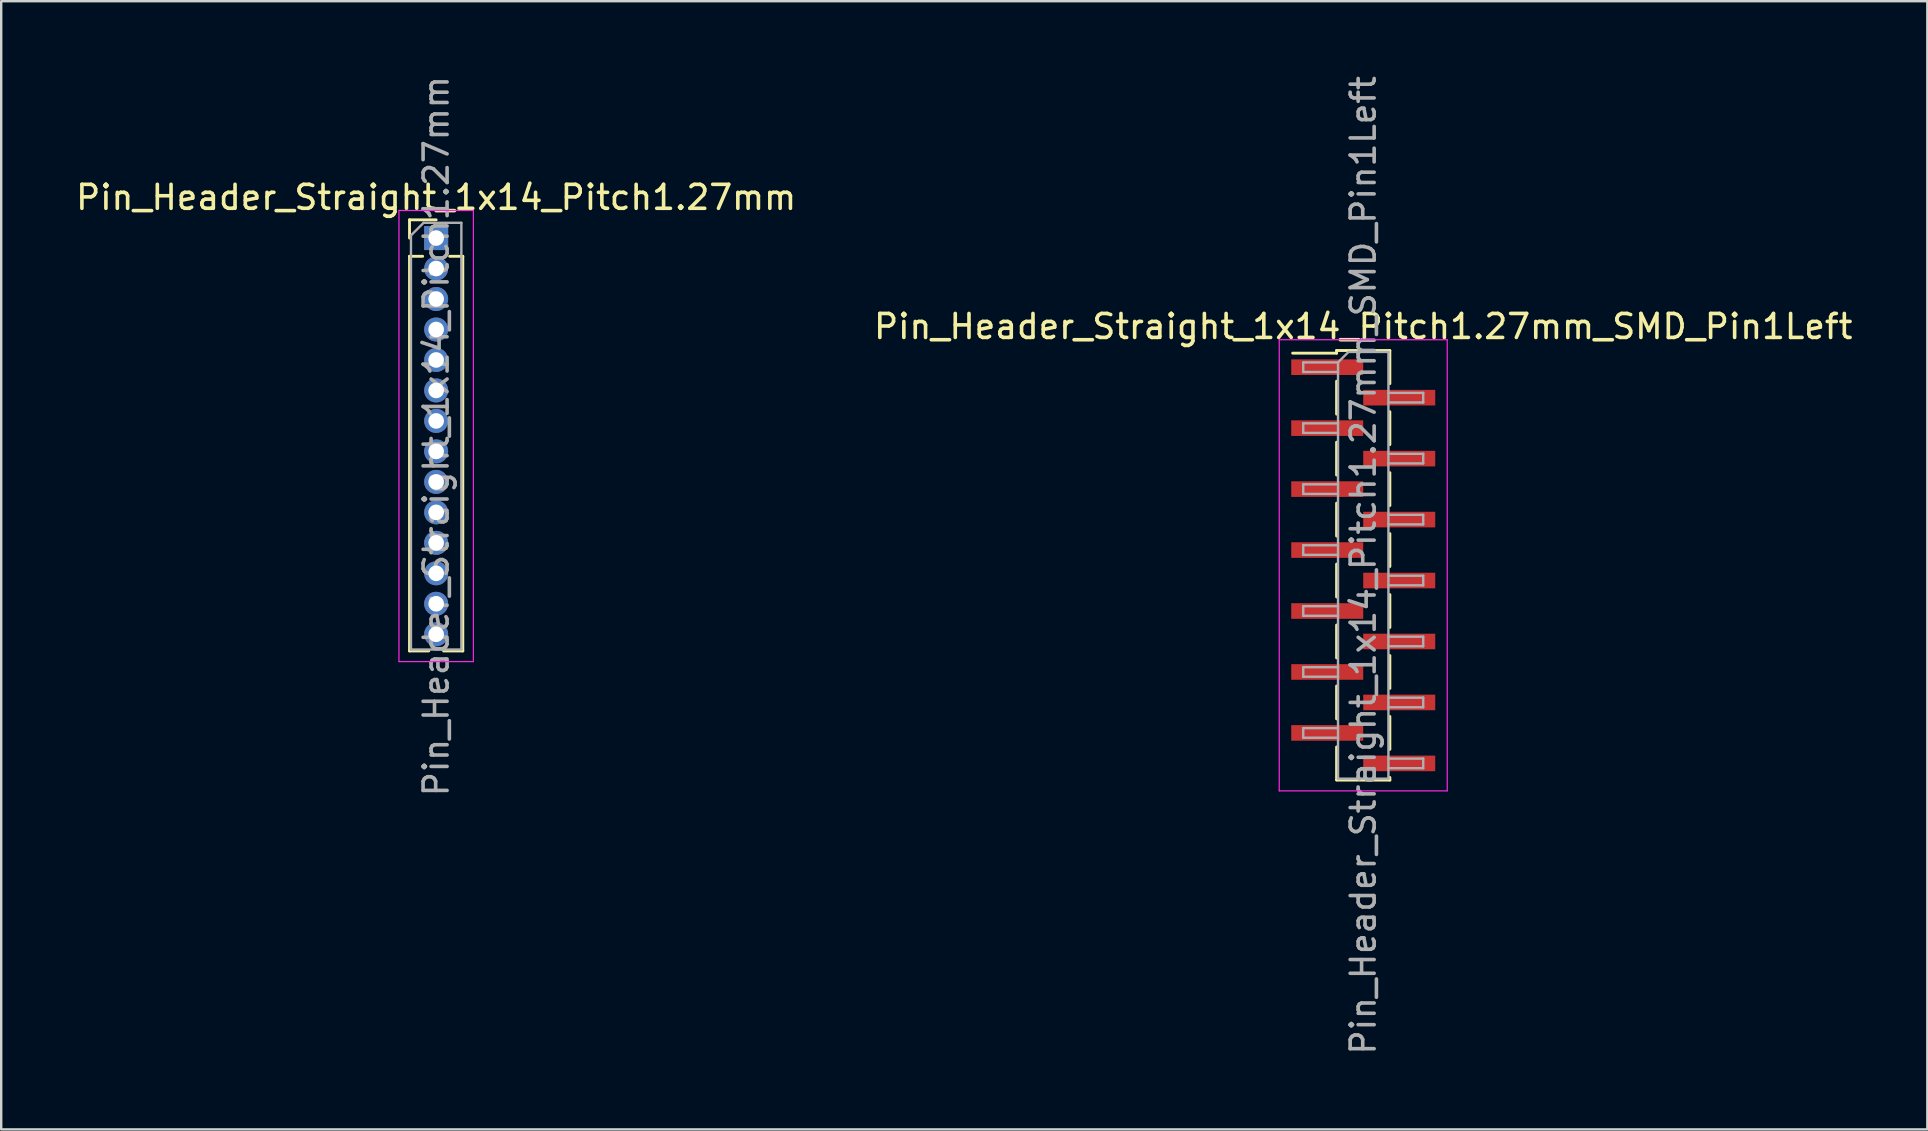
<source format=kicad_pcb>
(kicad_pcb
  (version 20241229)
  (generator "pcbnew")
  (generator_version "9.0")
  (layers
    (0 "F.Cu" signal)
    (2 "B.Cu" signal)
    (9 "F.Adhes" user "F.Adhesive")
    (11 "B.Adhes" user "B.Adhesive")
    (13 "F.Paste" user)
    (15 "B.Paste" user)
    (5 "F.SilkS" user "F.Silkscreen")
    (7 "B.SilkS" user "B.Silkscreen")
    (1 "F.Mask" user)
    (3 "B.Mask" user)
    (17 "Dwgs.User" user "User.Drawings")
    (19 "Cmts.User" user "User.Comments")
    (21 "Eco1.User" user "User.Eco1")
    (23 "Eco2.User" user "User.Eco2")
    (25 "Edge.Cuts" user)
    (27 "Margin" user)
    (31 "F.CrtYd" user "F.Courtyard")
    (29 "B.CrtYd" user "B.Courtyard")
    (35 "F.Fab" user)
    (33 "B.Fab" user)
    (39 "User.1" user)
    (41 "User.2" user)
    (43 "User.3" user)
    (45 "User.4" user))
  (footprint "Pin_Header_Straight_1x14_Pitch1.27mm_SMD_Pin1Left"
    (layer "F.Cu")
    (at 53.756 20.506)
    (property "Reference" "Pin_Header_Straight_1x14_Pitch1.27mm_SMD_Pin1Left" (at 0 -9.95 0) (layer "F.SilkS") (effects (font (size 1 1) (thickness 0.15))))
    (attr smd)
    (fp_line (start -1.11 -8.95) (end -1.11 -8.84) (stroke (width 0.12) (type solid)) (layer "F.SilkS"))
    (fp_line (start -1.11 -8.95) (end 1.11 -8.95) (stroke (width 0.12) (type solid)) (layer "F.SilkS"))
    (fp_line (start -1.11 -8.84) (end -2.94 -8.84) (stroke (width 0.12) (type solid)) (layer "F.SilkS"))
    (fp_line (start -1.11 -7.67) (end -1.11 -6.3) (stroke (width 0.12) (type solid)) (layer "F.SilkS"))
    (fp_line (start -1.11 -5.13) (end -1.11 -3.76) (stroke (width 0.12) (type solid)) (layer "F.SilkS"))
    (fp_line (start -1.11 -2.59) (end -1.11 -1.22) (stroke (width 0.12) (type solid)) (layer "F.SilkS"))
    (fp_line (start -1.11 -0.05) (end -1.11 1.32) (stroke (width 0.12) (type solid)) (layer "F.SilkS"))
    (fp_line (start -1.11 2.49) (end -1.11 3.86) (stroke (width 0.12) (type solid)) (layer "F.SilkS"))
    (fp_line (start -1.11 5.03) (end -1.11 6.4) (stroke (width 0.12) (type solid)) (layer "F.SilkS"))
    (fp_line (start -1.11 7.57) (end -1.11 8.94) (stroke (width 0.12) (type solid)) (layer "F.SilkS"))
    (fp_line (start -1.11 8.95) (end 1.11 8.95) (stroke (width 0.12) (type solid)) (layer "F.SilkS"))
    (fp_line (start 1.11 -8.94) (end 1.11 -7.57) (stroke (width 0.12) (type solid)) (layer "F.SilkS"))
    (fp_line (start 1.11 -6.4) (end 1.11 -5.03) (stroke (width 0.12) (type solid)) (layer "F.SilkS"))
    (fp_line (start 1.11 -3.86) (end 1.11 -2.49) (stroke (width 0.12) (type solid)) (layer "F.SilkS"))
    (fp_line (start 1.11 -1.32) (end 1.11 0.05) (stroke (width 0.12) (type solid)) (layer "F.SilkS"))
    (fp_line (start 1.11 1.22) (end 1.11 2.59) (stroke (width 0.12) (type solid)) (layer "F.SilkS"))
    (fp_line (start 1.11 3.76) (end 1.11 5.13) (stroke (width 0.12) (type solid)) (layer "F.SilkS"))
    (fp_line (start 1.11 6.3) (end 1.11 7.67) (stroke (width 0.12) (type solid)) (layer "F.SilkS"))
    (fp_line (start 1.11 8.84) (end 1.11 8.95) (stroke (width 0.12) (type solid)) (layer "F.SilkS"))
    (fp_line (start -3.5 -9.4) (end -3.5 9.4) (stroke (width 0.05) (type solid)) (layer "F.CrtYd"))
    (fp_line (start -3.5 9.4) (end 3.5 9.4) (stroke (width 0.05) (type solid)) (layer "F.CrtYd"))
    (fp_line (start 3.5 -9.4) (end -3.5 -9.4) (stroke (width 0.05) (type solid)) (layer "F.CrtYd"))
    (fp_line (start 3.5 9.4) (end 3.5 -9.4) (stroke (width 0.05) (type solid)) (layer "F.CrtYd"))
    (fp_line (start -2.5 -8.455) (end -2.5 -8.055) (stroke (width 0.1) (type solid)) (layer "F.Fab"))
    (fp_line (start -2.5 -8.055) (end -1.05 -8.055) (stroke (width 0.1) (type solid)) (layer "F.Fab"))
    (fp_line (start -2.5 -5.915) (end -2.5 -5.515) (stroke (width 0.1) (type solid)) (layer "F.Fab"))
    (fp_line (start -2.5 -5.515) (end -1.05 -5.515) (stroke (width 0.1) (type solid)) (layer "F.Fab"))
    (fp_line (start -2.5 -3.375) (end -2.5 -2.975) (stroke (width 0.1) (type solid)) (layer "F.Fab"))
    (fp_line (start -2.5 -2.975) (end -1.05 -2.975) (stroke (width 0.1) (type solid)) (layer "F.Fab"))
    (fp_line (start -2.5 -0.835) (end -2.5 -0.435) (stroke (width 0.1) (type solid)) (layer "F.Fab"))
    (fp_line (start -2.5 -0.435) (end -1.05 -0.435) (stroke (width 0.1) (type solid)) (layer "F.Fab"))
    (fp_line (start -2.5 1.705) (end -2.5 2.105) (stroke (width 0.1) (type solid)) (layer "F.Fab"))
    (fp_line (start -2.5 2.105) (end -1.05 2.105) (stroke (width 0.1) (type solid)) (layer "F.Fab"))
    (fp_line (start -2.5 4.245) (end -2.5 4.645) (stroke (width 0.1) (type solid)) (layer "F.Fab"))
    (fp_line (start -2.5 4.645) (end -1.05 4.645) (stroke (width 0.1) (type solid)) (layer "F.Fab"))
    (fp_line (start -2.5 6.785) (end -2.5 7.185) (stroke (width 0.1) (type solid)) (layer "F.Fab"))
    (fp_line (start -2.5 7.185) (end -1.05 7.185) (stroke (width 0.1) (type solid)) (layer "F.Fab"))
    (fp_line (start -1.05 -8.455) (end -2.5 -8.455) (stroke (width 0.1) (type solid)) (layer "F.Fab"))
    (fp_line (start -1.05 -8.455) (end -0.615 -8.89) (stroke (width 0.1) (type solid)) (layer "F.Fab"))
    (fp_line (start -1.05 -5.915) (end -2.5 -5.915) (stroke (width 0.1) (type solid)) (layer "F.Fab"))
    (fp_line (start -1.05 -3.375) (end -2.5 -3.375) (stroke (width 0.1) (type solid)) (layer "F.Fab"))
    (fp_line (start -1.05 -0.835) (end -2.5 -0.835) (stroke (width 0.1) (type solid)) (layer "F.Fab"))
    (fp_line (start -1.05 1.705) (end -2.5 1.705) (stroke (width 0.1) (type solid)) (layer "F.Fab"))
    (fp_line (start -1.05 4.245) (end -2.5 4.245) (stroke (width 0.1) (type solid)) (layer "F.Fab"))
    (fp_line (start -1.05 6.785) (end -2.5 6.785) (stroke (width 0.1) (type solid)) (layer "F.Fab"))
    (fp_line (start -1.05 8.89) (end -1.05 -8.455) (stroke (width 0.1) (type solid)) (layer "F.Fab"))
    (fp_line (start -0.615 -8.89) (end 1.05 -8.89) (stroke (width 0.1) (type solid)) (layer "F.Fab"))
    (fp_line (start 1.05 -8.89) (end 1.05 8.89) (stroke (width 0.1) (type solid)) (layer "F.Fab"))
    (fp_line (start 1.05 -7.185) (end 2.5 -7.185) (stroke (width 0.1) (type solid)) (layer "F.Fab"))
    (fp_line (start 1.05 -4.645) (end 2.5 -4.645) (stroke (width 0.1) (type solid)) (layer "F.Fab"))
    (fp_line (start 1.05 -2.105) (end 2.5 -2.105) (stroke (width 0.1) (type solid)) (layer "F.Fab"))
    (fp_line (start 1.05 0.435) (end 2.5 0.435) (stroke (width 0.1) (type solid)) (layer "F.Fab"))
    (fp_line (start 1.05 2.975) (end 2.5 2.975) (stroke (width 0.1) (type solid)) (layer "F.Fab"))
    (fp_line (start 1.05 5.515) (end 2.5 5.515) (stroke (width 0.1) (type solid)) (layer "F.Fab"))
    (fp_line (start 1.05 8.055) (end 2.5 8.055) (stroke (width 0.1) (type solid)) (layer "F.Fab"))
    (fp_line (start 1.05 8.89) (end -1.05 8.89) (stroke (width 0.1) (type solid)) (layer "F.Fab"))
    (fp_line (start 2.5 -7.185) (end 2.5 -6.785) (stroke (width 0.1) (type solid)) (layer "F.Fab"))
    (fp_line (start 2.5 -6.785) (end 1.05 -6.785) (stroke (width 0.1) (type solid)) (layer "F.Fab"))
    (fp_line (start 2.5 -4.645) (end 2.5 -4.245) (stroke (width 0.1) (type solid)) (layer "F.Fab"))
    (fp_line (start 2.5 -4.245) (end 1.05 -4.245) (stroke (width 0.1) (type solid)) (layer "F.Fab"))
    (fp_line (start 2.5 -2.105) (end 2.5 -1.705) (stroke (width 0.1) (type solid)) (layer "F.Fab"))
    (fp_line (start 2.5 -1.705) (end 1.05 -1.705) (stroke (width 0.1) (type solid)) (layer "F.Fab"))
    (fp_line (start 2.5 0.435) (end 2.5 0.835) (stroke (width 0.1) (type solid)) (layer "F.Fab"))
    (fp_line (start 2.5 0.835) (end 1.05 0.835) (stroke (width 0.1) (type solid)) (layer "F.Fab"))
    (fp_line (start 2.5 2.975) (end 2.5 3.375) (stroke (width 0.1) (type solid)) (layer "F.Fab"))
    (fp_line (start 2.5 3.375) (end 1.05 3.375) (stroke (width 0.1) (type solid)) (layer "F.Fab"))
    (fp_line (start 2.5 5.515) (end 2.5 5.915) (stroke (width 0.1) (type solid)) (layer "F.Fab"))
    (fp_line (start 2.5 5.915) (end 1.05 5.915) (stroke (width 0.1) (type solid)) (layer "F.Fab"))
    (fp_line (start 2.5 8.055) (end 2.5 8.455) (stroke (width 0.1) (type solid)) (layer "F.Fab"))
    (fp_line (start 2.5 8.455) (end 1.05 8.455) (stroke (width 0.1) (type solid)) (layer "F.Fab"))
    (fp_text user "${REFERENCE}" (at 0 0 90) (layer "F.Fab") (effects (font (size 1 1) (thickness 0.15))))
    (pad "1" smd rect (at -1.5 -8.255) (size 3 0.65) (layers "F.Cu" "F.Mask" "F.Paste"))
    (pad "2" smd rect (at 1.5 -6.985) (size 3 0.65) (layers "F.Cu" "F.Mask" "F.Paste"))
    (pad "3" smd rect (at -1.5 -5.715) (size 3 0.65) (layers "F.Cu" "F.Mask" "F.Paste"))
    (pad "4" smd rect (at 1.5 -4.445) (size 3 0.65) (layers "F.Cu" "F.Mask" "F.Paste"))
    (pad "5" smd rect (at -1.5 -3.175) (size 3 0.65) (layers "F.Cu" "F.Mask" "F.Paste"))
    (pad "6" smd rect (at 1.5 -1.905) (size 3 0.65) (layers "F.Cu" "F.Mask" "F.Paste"))
    (pad "7" smd rect (at -1.5 -0.635) (size 3 0.65) (layers "F.Cu" "F.Mask" "F.Paste"))
    (pad "8" smd rect (at 1.5 0.635) (size 3 0.65) (layers "F.Cu" "F.Mask" "F.Paste"))
    (pad "9" smd rect (at -1.5 1.905) (size 3 0.65) (layers "F.Cu" "F.Mask" "F.Paste"))
    (pad "10" smd rect (at 1.5 3.175) (size 3 0.65) (layers "F.Cu" "F.Mask" "F.Paste"))
    (pad "11" smd rect (at -1.5 4.445) (size 3 0.65) (layers "F.Cu" "F.Mask" "F.Paste"))
    (pad "12" smd rect (at 1.5 5.715) (size 3 0.65) (layers "F.Cu" "F.Mask" "F.Paste"))
    (pad "13" smd rect (at -1.5 6.985) (size 3 0.65) (layers "F.Cu" "F.Mask" "F.Paste"))
    (pad "14" smd rect (at 1.5 8.255) (size 3 0.65) (layers "F.Cu" "F.Mask" "F.Paste")))
  (footprint "Pin_Header_Straight_1x14_Pitch1.27mm"
    (layer "F.Cu")
    (at 15.125 6.87)
    (property "Reference" "Pin_Header_Straight_1x14_Pitch1.27mm" (at 0 -1.695 0) (layer "F.SilkS") (effects (font (size 1 1) (thickness 0.15))))
    (attr through_hole)
    (fp_line (start -1.11 -0.76) (end 0 -0.76) (stroke (width 0.12) (type solid)) (layer "F.SilkS"))
    (fp_line (start -1.11 0) (end -1.11 -0.76) (stroke (width 0.12) (type solid)) (layer "F.SilkS"))
    (fp_line (start -1.11 0.76) (end -1.11 17.205) (stroke (width 0.12) (type solid)) (layer "F.SilkS"))
    (fp_line (start -1.11 0.76) (end -0.563 0.76) (stroke (width 0.12) (type solid)) (layer "F.SilkS"))
    (fp_line (start -1.11 17.205) (end -0.308 17.205) (stroke (width 0.12) (type solid)) (layer "F.SilkS"))
    (fp_line (start 0.308 17.205) (end 1.11 17.205) (stroke (width 0.12) (type solid)) (layer "F.SilkS"))
    (fp_line (start 0.563 0.76) (end 1.11 0.76) (stroke (width 0.12) (type solid)) (layer "F.SilkS"))
    (fp_line (start 1.11 0.76) (end 1.11 17.205) (stroke (width 0.12) (type solid)) (layer "F.SilkS"))
    (fp_line (start -1.55 -1.15) (end -1.55 17.65) (stroke (width 0.05) (type solid)) (layer "F.CrtYd"))
    (fp_line (start -1.55 17.65) (end 1.55 17.65) (stroke (width 0.05) (type solid)) (layer "F.CrtYd"))
    (fp_line (start 1.55 -1.15) (end -1.55 -1.15) (stroke (width 0.05) (type solid)) (layer "F.CrtYd"))
    (fp_line (start 1.55 17.65) (end 1.55 -1.15) (stroke (width 0.05) (type solid)) (layer "F.CrtYd"))
    (fp_line (start -1.05 -0.11) (end -0.525 -0.635) (stroke (width 0.1) (type solid)) (layer "F.Fab"))
    (fp_line (start -1.05 17.145) (end -1.05 -0.11) (stroke (width 0.1) (type solid)) (layer "F.Fab"))
    (fp_line (start -0.525 -0.635) (end 1.05 -0.635) (stroke (width 0.1) (type solid)) (layer "F.Fab"))
    (fp_line (start 1.05 -0.635) (end 1.05 17.145) (stroke (width 0.1) (type solid)) (layer "F.Fab"))
    (fp_line (start 1.05 17.145) (end -1.05 17.145) (stroke (width 0.1) (type solid)) (layer "F.Fab"))
    (fp_text user "${REFERENCE}" (at 0 8.255 90) (layer "F.Fab") (effects (font (size 1 1) (thickness 0.15))))
    (pad "1" thru_hole rect (at 0 0) (size 1 1) (drill 0.65) (layers "*.Cu" "*.Mask"))
    (pad "2" thru_hole oval (at 0 1.27) (size 1 1) (drill 0.65) (layers "*.Cu" "*.Mask"))
    (pad "3" thru_hole oval (at 0 2.54) (size 1 1) (drill 0.65) (layers "*.Cu" "*.Mask"))
    (pad "4" thru_hole oval (at 0 3.81) (size 1 1) (drill 0.65) (layers "*.Cu" "*.Mask"))
    (pad "5" thru_hole oval (at 0 5.08) (size 1 1) (drill 0.65) (layers "*.Cu" "*.Mask"))
    (pad "6" thru_hole oval (at 0 6.35) (size 1 1) (drill 0.65) (layers "*.Cu" "*.Mask"))
    (pad "7" thru_hole oval (at 0 7.62) (size 1 1) (drill 0.65) (layers "*.Cu" "*.Mask"))
    (pad "8" thru_hole oval (at 0 8.89) (size 1 1) (drill 0.65) (layers "*.Cu" "*.Mask"))
    (pad "9" thru_hole oval (at 0 10.16) (size 1 1) (drill 0.65) (layers "*.Cu" "*.Mask"))
    (pad "10" thru_hole oval (at 0 11.43) (size 1 1) (drill 0.65) (layers "*.Cu" "*.Mask"))
    (pad "11" thru_hole oval (at 0 12.7) (size 1 1) (drill 0.65) (layers "*.Cu" "*.Mask"))
    (pad "12" thru_hole oval (at 0 13.97) (size 1 1) (drill 0.65) (layers "*.Cu" "*.Mask"))
    (pad "13" thru_hole oval (at 0 15.24) (size 1 1) (drill 0.65) (layers "*.Cu" "*.Mask"))
    (pad "14" thru_hole oval (at 0 16.51) (size 1 1) (drill 0.65) (layers "*.Cu" "*.Mask")))
  (gr_rect
    (start -3 -3)
    (end 77.262 44.012)
    (stroke (width 0.1) (type default))
    (fill no)
    (layer "Edge.Cuts")))
</source>
